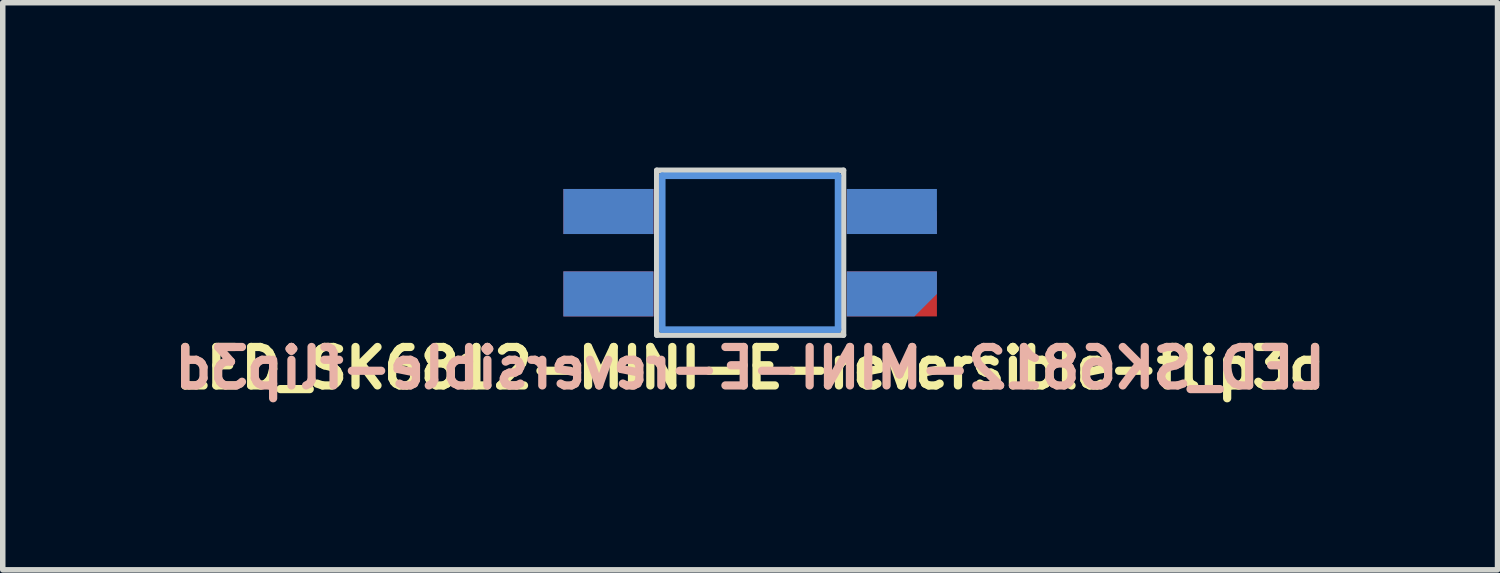
<source format=kicad_pcb>
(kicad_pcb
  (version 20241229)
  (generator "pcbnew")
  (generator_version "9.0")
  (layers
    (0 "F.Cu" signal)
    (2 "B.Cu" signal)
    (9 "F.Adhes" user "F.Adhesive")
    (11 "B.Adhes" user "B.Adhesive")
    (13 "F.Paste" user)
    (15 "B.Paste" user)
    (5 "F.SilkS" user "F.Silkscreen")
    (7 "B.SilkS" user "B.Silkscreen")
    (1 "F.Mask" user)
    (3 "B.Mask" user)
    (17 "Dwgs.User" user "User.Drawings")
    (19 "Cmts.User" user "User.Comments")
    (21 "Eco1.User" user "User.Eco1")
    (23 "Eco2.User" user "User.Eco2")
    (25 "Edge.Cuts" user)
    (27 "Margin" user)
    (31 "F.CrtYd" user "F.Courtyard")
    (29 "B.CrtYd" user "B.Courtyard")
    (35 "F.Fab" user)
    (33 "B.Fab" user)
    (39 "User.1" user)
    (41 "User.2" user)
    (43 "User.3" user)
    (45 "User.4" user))
  (footprint "LED_SK6812-MINI-E-reversible-flip3d"
    (layer "F.Cu")
    (at 10.605 1.55)
    (property "Reference" "LED_SK6812-MINI-E-reversible-flip3d" (at 0 2.1 0) (unlocked yes) (layer "F.SilkS") (effects (font (size 0.7 0.7) (thickness 0.15))))
    (attr through_hole)
    (fp_line (start -1.6 -1.4) (end 1.6 -1.4) (stroke (width 0.12) (type solid)) (layer "Cmts.User"))
    (fp_line (start -1.6 1.4) (end -1.6 -1.4) (stroke (width 0.12) (type solid)) (layer "Cmts.User"))
    (fp_line (start 1.6 -1.4) (end 1.6 1.4) (stroke (width 0.12) (type solid)) (layer "Cmts.User"))
    (fp_line (start 1.6 1.4) (end -1.6 1.4) (stroke (width 0.12) (type solid)) (layer "Cmts.User"))
    (fp_line (start -1.7 -1.5) (end 1.7 -1.5) (stroke (width 0.1) (type solid)) (layer "Edge.Cuts"))
    (fp_line (start -1.7 1.5) (end -1.7 -1.5) (stroke (width 0.1) (type solid)) (layer "Edge.Cuts"))
    (fp_line (start 1.7 -1.5) (end 1.7 1.5) (stroke (width 0.1) (type solid)) (layer "Edge.Cuts"))
    (fp_line (start 1.7 1.5) (end -1.7 1.5) (stroke (width 0.1) (type solid)) (layer "Edge.Cuts"))
    (fp_text user "${REFERENCE}" (at 0 2.1 0) (unlocked yes) (layer "B.SilkS") (effects (font (size 0.7 0.7) (thickness 0.15)) (justify mirror)))
    (pad "1" smd rect (at -2.58 -0.75) (size 1.64 0.82) (layers "B.Cu" "B.Mask" "B.Paste"))
    (pad "1" smd rect (at -2.58 0.75) (size 1.64 0.82) (layers "F.Cu" "F.Mask" "F.Paste"))
    (pad "2" smd rect (at -2.58 -0.75) (size 1.64 0.82) (layers "F.Cu" "F.Mask" "F.Paste"))
    (pad "2" smd rect (at -2.58 0.75) (size 1.64 0.82) (layers "B.Cu" "B.Mask" "B.Paste"))
    (pad "3" smd roundrect (at 2.58 -0.75) (size 1.64 0.82) (layers "F.Cu" "F.Mask" "F.Paste") (roundrect_rratio 0) (chamfer_ratio 0.5) (chamfer top_right))
    (pad "3" smd roundrect (at 2.58 0.75) (size 1.64 0.82) (layers "B.Cu" "B.Mask" "B.Paste") (roundrect_rratio 0) (chamfer_ratio 0.5) (chamfer bottom_right))
    (pad "4" smd rect (at 2.58 -0.75) (size 1.64 0.82) (layers "B.Cu" "B.Mask" "B.Paste"))
    (pad "4" smd rect (at 2.58 0.75) (size 1.64 0.82) (layers "F.Cu" "F.Mask" "F.Paste")))
  (gr_rect
    (start -3 -3)
    (end 24.21 7.323)
    (stroke (width 0.1) (type default))
    (fill no)
    (layer "Edge.Cuts")))
</source>
